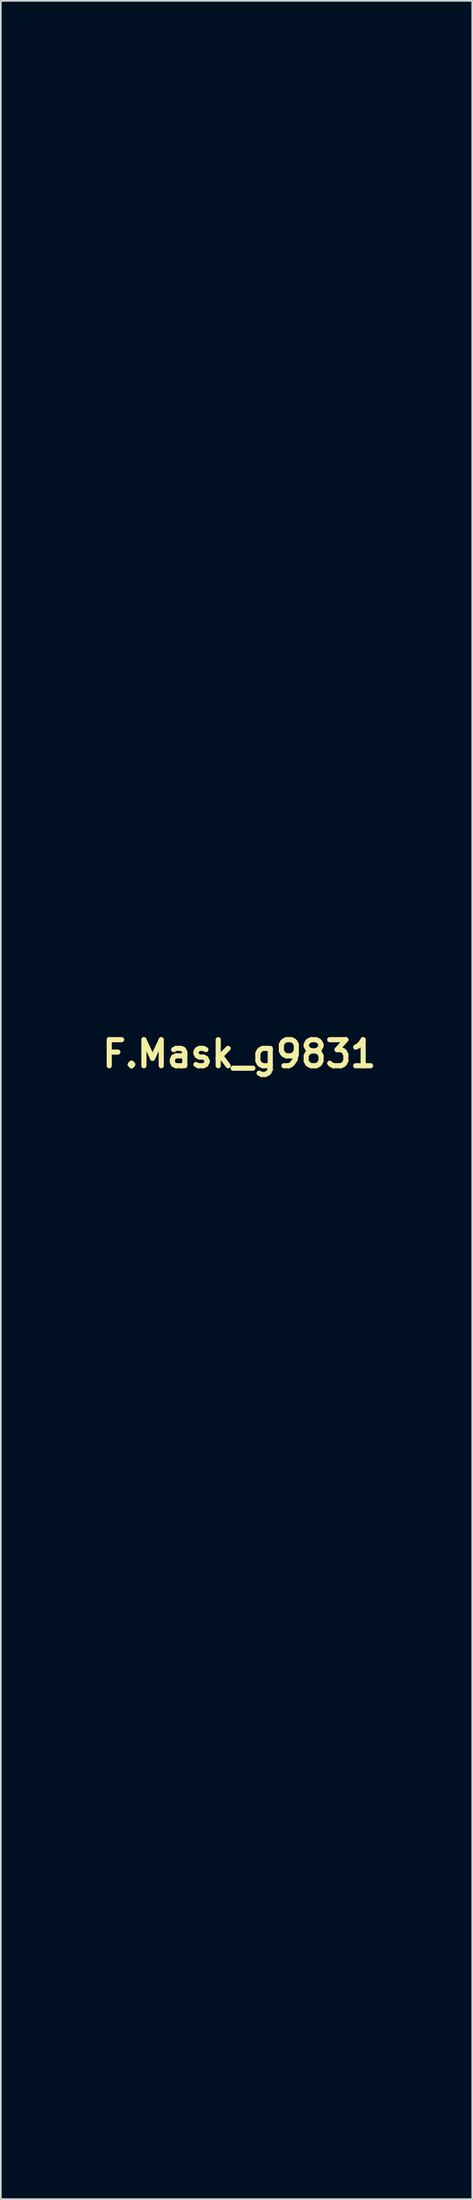
<source format=kicad_pcb>
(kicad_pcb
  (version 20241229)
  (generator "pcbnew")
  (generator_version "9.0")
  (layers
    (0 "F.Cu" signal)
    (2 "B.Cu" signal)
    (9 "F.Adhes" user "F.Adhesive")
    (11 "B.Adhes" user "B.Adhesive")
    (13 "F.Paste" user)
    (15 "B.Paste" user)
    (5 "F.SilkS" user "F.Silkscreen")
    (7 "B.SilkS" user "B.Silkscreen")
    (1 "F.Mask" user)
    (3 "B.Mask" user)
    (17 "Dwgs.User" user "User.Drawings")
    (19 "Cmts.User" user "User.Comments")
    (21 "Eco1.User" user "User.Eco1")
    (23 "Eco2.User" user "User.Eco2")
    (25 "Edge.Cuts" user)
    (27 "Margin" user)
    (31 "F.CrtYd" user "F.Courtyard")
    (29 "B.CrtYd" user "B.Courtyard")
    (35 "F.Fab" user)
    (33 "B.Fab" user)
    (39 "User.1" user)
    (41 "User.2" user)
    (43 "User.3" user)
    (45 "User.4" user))
  (footprint "F.Mask_g9831"
    (layer "F.Cu")
    (at 10.969 58.637)
    (property "Reference" "F.Mask_g9831" (at 0 0 0) (layer "F.SilkS") (effects (font (size 1.524 1.524) (thickness 0.3))))
    (attr through_hole)
    (fp_poly (pts (xy -9.737 -42.503) (xy -10.964 -42.503) (xy -10.964 -44.958) (xy -9.737 -44.958) (xy -9.737 -42.503)) (stroke (width 0.01) (type solid)) (fill yes) (layer "F.Mask"))
    (fp_poly (pts (xy -9.737 -19.389) (xy -10.964 -19.389) (xy -10.964 -21.844) (xy -9.737 -21.844) (xy -9.737 -19.389)) (stroke (width 0.01) (type solid)) (fill yes) (layer "F.Mask"))
    (fp_poly (pts (xy -8.509 -47.456) (xy -9.694 -47.456) (xy -9.694 -52.409) (xy -8.509 -52.409) (xy -8.509 -47.456)) (stroke (width 0.01) (type solid)) (fill yes) (layer "F.Mask"))
    (fp_poly (pts (xy -8.509 -44.958) (xy -9.694 -44.958) (xy -9.694 -46.186) (xy -8.509 -46.186) (xy -8.509 -44.958)) (stroke (width 0.01) (type solid)) (fill yes) (layer "F.Mask"))
    (fp_poly (pts (xy -8.509 -24.342) (xy -9.694 -24.342) (xy -9.694 -29.295) (xy -8.509 -29.295) (xy -8.509 -24.342)) (stroke (width 0.01) (type solid)) (fill yes) (layer "F.Mask"))
    (fp_poly (pts (xy -8.509 -21.844) (xy -9.694 -21.844) (xy -9.694 -23.114) (xy -8.509 -23.114) (xy -8.509 -21.844)) (stroke (width 0.01) (type solid)) (fill yes) (layer "F.Mask"))
    (fp_poly (pts (xy -7.239 -52.409) (xy -8.467 -52.409) (xy -8.467 -54.864) (xy -7.239 -54.864) (xy -7.239 -52.409)) (stroke (width 0.01) (type solid)) (fill yes) (layer "F.Mask"))
    (fp_poly (pts (xy -7.239 -29.295) (xy -8.467 -29.295) (xy -8.467 -31.75) (xy -7.239 -31.75) (xy -7.239 -29.295)) (stroke (width 0.01) (type solid)) (fill yes) (layer "F.Mask"))
    (fp_poly (pts (xy -6.011 -54.906) (xy -7.239 -54.906) (xy -7.239 -56.134) (xy -6.011 -56.134) (xy -6.011 -54.906)) (stroke (width 0.01) (type solid)) (fill yes) (layer "F.Mask"))
    (fp_poly (pts (xy -6.011 -31.792) (xy -7.239 -31.792) (xy -7.239 -33.02) (xy -6.011 -33.02) (xy -6.011 -31.792)) (stroke (width 0.01) (type solid)) (fill yes) (layer "F.Mask"))
    (fp_poly (pts (xy -3.556 -56.176) (xy -6.011 -56.176) (xy -6.011 -57.362) (xy -3.556 -57.362) (xy -3.556 -56.176)) (stroke (width 0.01) (type solid)) (fill yes) (layer "F.Mask"))
    (fp_poly (pts (xy -3.556 -33.062) (xy -6.011 -33.062) (xy -6.011 -34.248) (xy -3.556 -34.248) (xy -3.556 -33.062)) (stroke (width 0.01) (type solid)) (fill yes) (layer "F.Mask"))
    (fp_poly (pts (xy -2.286 -37.55) (xy -4.741 -37.55) (xy -4.741 -38.735) (xy -2.286 -38.735) (xy -2.286 -37.55)) (stroke (width 0.01) (type solid)) (fill yes) (layer "F.Mask"))
    (fp_poly (pts (xy -2.286 -14.436) (xy -4.741 -14.436) (xy -4.741 -15.663) (xy -2.286 -15.663) (xy -2.286 -14.436)) (stroke (width 0.01) (type solid)) (fill yes) (layer "F.Mask"))
    (fp_poly (pts (xy -1.016 -15.706) (xy -2.244 -15.706) (xy -2.244 -16.891) (xy -1.016 -16.891) (xy -1.016 -15.706)) (stroke (width 0.01) (type solid)) (fill yes) (layer "F.Mask"))
    (fp_poly (pts (xy 1.439 -15.706) (xy 0.212 -15.706) (xy 0.212 -16.891) (xy 1.439 -16.891) (xy 1.439 -15.706)) (stroke (width 0.01) (type solid)) (fill yes) (layer "F.Mask"))
    (fp_poly (pts (xy 2.667 -57.362) (xy -3.516 -57.362) (xy -3.493 -58.611) (xy 2.667 -58.632) (xy 2.667 -57.362)) (stroke (width 0.01) (type solid)) (fill yes) (layer "F.Mask"))
    (fp_poly (pts (xy 3.937 -37.55) (xy 1.482 -37.55) (xy 1.482 -38.735) (xy 3.937 -38.735) (xy 3.937 -37.55)) (stroke (width 0.01) (type solid)) (fill yes) (layer "F.Mask"))
    (fp_poly (pts (xy 5.165 -56.176) (xy 2.709 -56.176) (xy 2.709 -57.362) (xy 5.165 -57.362) (xy 5.165 -56.176)) (stroke (width 0.01) (type solid)) (fill yes) (layer "F.Mask"))
    (fp_poly (pts (xy 5.165 -33.062) (xy 2.709 -33.062) (xy 2.709 -34.248) (xy 5.165 -34.248) (xy 5.165 -33.062)) (stroke (width 0.01) (type solid)) (fill yes) (layer "F.Mask"))
    (fp_poly (pts (xy 6.435 -31.792) (xy 5.165 -31.792) (xy 5.165 -33.02) (xy 6.435 -33.02) (xy 6.435 -31.792)) (stroke (width 0.01) (type solid)) (fill yes) (layer "F.Mask"))
    (fp_poly (pts (xy 7.62 -52.409) (xy 6.435 -52.409) (xy 6.435 -54.864) (xy 7.62 -54.864) (xy 7.62 -52.409)) (stroke (width 0.01) (type solid)) (fill yes) (layer "F.Mask"))
    (fp_poly (pts (xy 7.62 -29.295) (xy 6.435 -29.295) (xy 6.435 -31.75) (xy 7.62 -31.75) (xy 7.62 -29.295)) (stroke (width 0.01) (type solid)) (fill yes) (layer "F.Mask"))
    (fp_poly (pts (xy 8.89 -47.456) (xy 7.662 -47.456) (xy 7.662 -52.409) (xy 8.89 -52.409) (xy 8.89 -47.456)) (stroke (width 0.01) (type solid)) (fill yes) (layer "F.Mask"))
    (fp_poly (pts (xy 8.89 -44.958) (xy 7.662 -44.958) (xy 7.662 -46.186) (xy 8.89 -46.186) (xy 8.89 -44.958)) (stroke (width 0.01) (type solid)) (fill yes) (layer "F.Mask"))
    (fp_poly (pts (xy 8.89 -24.342) (xy 7.662 -24.342) (xy 7.662 -29.295) (xy 8.89 -29.295) (xy 8.89 -24.342)) (stroke (width 0.01) (type solid)) (fill yes) (layer "F.Mask"))
    (fp_poly (pts (xy 10.118 -42.503) (xy 8.932 -42.503) (xy 8.932 -44.958) (xy 10.118 -44.958) (xy 10.118 -42.503)) (stroke (width 0.01) (type solid)) (fill yes) (layer "F.Mask"))
    (fp_poly (pts (xy 10.118 -19.389) (xy 8.932 -19.389) (xy 8.932 -21.844) (xy 10.118 -21.844) (xy 10.118 -19.389)) (stroke (width 0.01) (type solid)) (fill yes) (layer "F.Mask"))
    (fp_poly (pts (xy 6.425 -55.51) (xy 6.437 -54.906) (xy 5.162 -54.906) (xy 5.186 -56.113) (xy 6.413 -56.113) (xy 6.425 -55.51)) (stroke (width 0.01) (type solid)) (fill yes) (layer "F.Mask"))
    (fp_poly (pts (xy -0.413 -23.104) (xy 1.418 -23.093) (xy 1.429 -21.876) (xy 1.441 -20.659) (xy -2.244 -20.659) (xy -2.244 -23.115) (xy -0.413 -23.104)) (stroke (width 0.01) (type solid)) (fill yes) (layer "F.Mask"))
    (fp_poly (pts (xy 1.429 -44.969) (xy 1.418 -43.752) (xy -0.413 -43.74) (xy -2.244 -43.729) (xy -2.244 -46.186) (xy 1.441 -46.186) (xy 1.429 -44.969)) (stroke (width 0.01) (type solid)) (fill yes) (layer "F.Mask"))
    (fp_poly (pts (xy 2.699 -15.653) (xy 3.916 -15.642) (xy 3.928 -15.039) (xy 3.939 -14.436) (xy 1.482 -14.436) (xy 1.482 -15.665) (xy 2.699 -15.653)) (stroke (width 0.01) (type solid)) (fill yes) (layer "F.Mask"))
    (fp_poly (pts (xy 8.89 -21.844) (xy 7.66 -21.844) (xy 7.672 -22.468) (xy 7.684 -23.093) (xy 8.287 -23.105) (xy 8.89 -23.116) (xy 8.89 -21.844)) (stroke (width 0.01) (type solid)) (fill yes) (layer "F.Mask"))
    (fp_poly (pts (xy -7.239 -41.233) (xy -8.509 -41.233) (xy -8.509 -40.005) (xy -9.694 -40.005) (xy -9.694 -42.46) (xy -8.467 -42.46) (xy -8.467 -43.688) (xy -7.239 -43.688) (xy -7.239 -41.233)) (stroke (width 0.01) (type solid)) (fill yes) (layer "F.Mask"))
    (fp_poly (pts (xy 7.62 -42.46) (xy 8.89 -42.46) (xy 8.89 -40.005) (xy 7.662 -40.005) (xy 7.662 -41.233) (xy 6.435 -41.233) (xy 6.435 -43.688) (xy 7.62 -43.688) (xy 7.62 -42.46)) (stroke (width 0.01) (type solid)) (fill yes) (layer "F.Mask"))
    (fp_poly (pts (xy 7.62 -19.346) (xy 8.89 -19.346) (xy 8.89 -16.891) (xy 7.662 -16.891) (xy 7.662 -18.161) (xy 6.435 -18.161) (xy 6.435 -20.616) (xy 7.62 -20.616) (xy 7.62 -19.346)) (stroke (width 0.01) (type solid)) (fill yes) (layer "F.Mask"))
    (fp_poly (pts (xy 1.439 -18.161) (xy 0.212 -18.161) (xy 0.212 -16.891) (xy -1.014 -16.891) (xy -1.025 -17.515) (xy -1.037 -18.14) (xy -1.64 -18.152) (xy -2.244 -18.163) (xy -2.244 -19.346) (xy 1.439 -19.346) (xy 1.439 -18.161)) (stroke (width 0.01) (type solid)) (fill yes) (layer "F.Mask"))
    (fp_poly (pts (xy -7.249 -19.379) (xy -7.238 -18.163) (xy -8.488 -18.14) (xy -8.5 -17.515) (xy -8.511 -16.891) (xy -9.694 -16.891) (xy -9.694 -19.346) (xy -8.469 -19.346) (xy -8.457 -19.971) (xy -8.445 -20.595) (xy -7.26 -20.595) (xy -7.249 -19.379)) (stroke (width 0.01) (type solid)) (fill yes) (layer "F.Mask"))
    (fp_poly (pts (xy 2.667 -34.248) (xy -0.403 -34.248) (xy -1.006 -34.248) (xy -1.528 -34.249) (xy -1.976 -34.25) (xy -2.355 -34.252) (xy -2.669 -34.255) (xy -2.924 -34.259) (xy -3.125 -34.264) (xy -3.277 -34.271) (xy -3.384 -34.278) (xy -3.453 -34.286) (xy -3.488 -34.296) (xy -3.495 -34.303) (xy -3.502 -34.364) (xy -3.506 -34.492) (xy -3.507 -34.669) (xy -3.505 -34.879) (xy -3.504 -34.927) (xy -3.493 -35.496) (xy 2.667 -35.518) (xy 2.667 -34.248)) (stroke (width 0.01) (type solid)) (fill yes) (layer "F.Mask"))
    (fp_poly (pts (xy -0.413 -42.45) (xy 1.418 -42.439) (xy 1.418 -41.254) (xy 0.815 -41.242) (xy 0.212 -41.23) (xy 0.212 -40.007) (xy 0.815 -39.996) (xy 1.418 -39.984) (xy 1.418 -38.798) (xy 0.815 -38.787) (xy 0.212 -38.775) (xy 0.212 -40.005) (xy -1.014 -40.005) (xy -1.025 -39.402) (xy -1.037 -38.798) (xy -1.64 -38.787) (xy -2.244 -38.775) (xy -2.244 -40.005) (xy -1.016 -40.005) (xy -1.016 -41.233) (xy -2.244 -41.233) (xy -2.244 -42.461) (xy -0.413 -42.45)) (stroke (width 0.01) (type solid)) (fill yes) (layer "F.Mask"))
    (fp_poly (pts (xy 9.557 61.983) (xy 9.644 62.027) (xy 9.69 62.112) (xy 9.683 62.195) (xy 9.635 62.253) (xy 9.561 62.262) (xy 9.508 62.234) (xy 9.464 62.215) (xy 9.437 62.265) (xy 9.428 62.303) (xy 9.419 62.418) (xy 9.45 62.463) (xy 9.525 62.442) (xy 9.64 62.402) (xy 9.715 62.421) (xy 9.737 62.481) (xy 9.701 62.59) (xy 9.61 62.664) (xy 9.486 62.694) (xy 9.352 62.677) (xy 9.237 62.609) (xy 9.169 62.496) (xy 9.143 62.343) (xy 9.16 62.185) (xy 9.21 62.07) (xy 9.299 62.005) (xy 9.428 61.975) (xy 9.557 61.983)) (stroke (width 0.01) (type solid)) (fill yes) (layer "F.Mask"))
    (fp_poly (pts (xy 9.31 63.103) (xy 9.44 63.145) (xy 9.505 63.19) (xy 9.555 63.27) (xy 9.525 63.335) (xy 9.417 63.391) (xy 9.34 63.427) (xy 9.306 63.478) (xy 9.302 63.574) (xy 9.306 63.624) (xy 9.309 63.813) (xy 9.285 63.933) (xy 9.228 63.994) (xy 9.152 64.008) (xy 9.046 63.991) (xy 8.983 63.957) (xy 8.955 63.889) (xy 8.937 63.767) (xy 8.932 63.66) (xy 8.929 63.519) (xy 8.912 63.438) (xy 8.874 63.395) (xy 8.826 63.373) (xy 8.741 63.31) (xy 8.721 63.249) (xy 8.758 63.178) (xy 8.858 63.126) (xy 8.997 63.096) (xy 9.155 63.087) (xy 9.31 63.103)) (stroke (width 0.01) (type solid)) (fill yes) (layer "F.Mask"))
    (fp_poly (pts (xy 5.665 62.009) (xy 5.726 62.107) (xy 5.755 62.268) (xy 5.757 62.336) (xy 5.738 62.514) (xy 5.687 62.635) (xy 5.613 62.691) (xy 5.527 62.677) (xy 5.436 62.585) (xy 5.421 62.563) (xy 5.341 62.43) (xy 5.327 62.552) (xy 5.293 62.651) (xy 5.222 62.688) (xy 5.136 62.678) (xy 5.101 62.653) (xy 5.085 62.584) (xy 5.077 62.463) (xy 5.076 62.318) (xy 5.081 62.181) (xy 5.094 62.083) (xy 5.103 62.058) (xy 5.169 62.02) (xy 5.267 62.028) (xy 5.359 62.074) (xy 5.392 62.107) (xy 5.454 62.196) (xy 5.468 62.097) (xy 5.515 62.008) (xy 5.577 61.984) (xy 5.665 62.009)) (stroke (width 0.01) (type solid)) (fill yes) (layer "F.Mask"))
    (fp_poly (pts (xy 3.409 61.988) (xy 3.528 62.047) (xy 3.622 62.156) (xy 3.676 62.312) (xy 3.683 62.401) (xy 3.648 62.542) (xy 3.556 62.641) (xy 3.428 62.692) (xy 3.285 62.688) (xy 3.145 62.622) (xy 3.104 62.587) (xy 3.034 62.5) (xy 3.011 62.41) (xy 3.015 62.357) (xy 3.302 62.357) (xy 3.317 62.449) (xy 3.351 62.485) (xy 3.389 62.453) (xy 3.397 62.431) (xy 3.403 62.347) (xy 3.381 62.267) (xy 3.34 62.23) (xy 3.339 62.23) (xy 3.313 62.267) (xy 3.302 62.355) (xy 3.302 62.357) (xy 3.015 62.357) (xy 3.019 62.301) (xy 3.071 62.136) (xy 3.165 62.03) (xy 3.283 61.981) (xy 3.409 61.988)) (stroke (width 0.01) (type solid)) (fill yes) (layer "F.Mask"))
    (fp_poly (pts (xy 7.304 62.013) (xy 7.413 62.109) (xy 7.483 62.243) (xy 7.505 62.391) (xy 7.471 62.531) (xy 7.401 62.622) (xy 7.289 62.674) (xy 7.141 62.692) (xy 7.002 62.67) (xy 6.995 62.667) (xy 6.921 62.6) (xy 6.862 62.485) (xy 6.836 62.374) (xy 7.118 62.374) (xy 7.14 62.443) (xy 7.182 62.468) (xy 7.196 62.463) (xy 7.233 62.403) (xy 7.239 62.357) (xy 7.219 62.277) (xy 7.176 62.247) (xy 7.133 62.28) (xy 7.128 62.291) (xy 7.118 62.374) (xy 6.836 62.374) (xy 6.832 62.357) (xy 6.837 62.278) (xy 6.906 62.13) (xy 7.018 62.022) (xy 7.151 61.976) (xy 7.164 61.976) (xy 7.304 62.013)) (stroke (width 0.01) (type solid)) (fill yes) (layer "F.Mask"))
    (fp_poly (pts (xy 4.849 61.986) (xy 4.906 62.017) (xy 4.911 62.035) (xy 4.875 62.091) (xy 4.826 62.115) (xy 4.752 62.156) (xy 4.753 62.202) (xy 4.824 62.229) (xy 4.847 62.23) (xy 4.931 62.255) (xy 4.951 62.309) (xy 4.901 62.365) (xy 4.868 62.378) (xy 4.799 62.419) (xy 4.789 62.462) (xy 4.843 62.484) (xy 4.847 62.484) (xy 4.903 62.514) (xy 4.911 62.539) (xy 4.875 62.623) (xy 4.786 62.678) (xy 4.674 62.699) (xy 4.566 62.68) (xy 4.49 62.616) (xy 4.489 62.614) (xy 4.456 62.495) (xy 4.447 62.335) (xy 4.463 62.172) (xy 4.486 62.085) (xy 4.524 62.016) (xy 4.586 61.984) (xy 4.701 61.976) (xy 4.719 61.976) (xy 4.849 61.986)) (stroke (width 0.01) (type solid)) (fill yes) (layer "F.Mask"))
    (fp_poly (pts (xy 5.392 63.114) (xy 5.49 63.18) (xy 5.566 63.258) (xy 5.581 63.317) (xy 5.562 63.36) (xy 5.475 63.439) (xy 5.368 63.44) (xy 5.289 63.391) (xy 5.239 63.352) (xy 5.215 63.359) (xy 5.208 63.429) (xy 5.207 63.515) (xy 5.21 63.641) (xy 5.233 63.697) (xy 5.295 63.698) (xy 5.407 63.66) (xy 5.509 63.631) (xy 5.564 63.641) (xy 5.589 63.671) (xy 5.61 63.774) (xy 5.571 63.888) (xy 5.512 63.955) (xy 5.399 64) (xy 5.248 64.006) (xy 5.094 63.978) (xy 4.981 63.921) (xy 4.881 63.792) (xy 4.837 63.616) (xy 4.852 63.416) (xy 4.864 63.37) (xy 4.949 63.207) (xy 5.077 63.107) (xy 5.231 63.074) (xy 5.392 63.114)) (stroke (width 0.01) (type solid)) (fill yes) (layer "F.Mask"))
    (fp_poly (pts (xy 8.203 62.003) (xy 8.253 62.079) (xy 8.275 62.206) (xy 8.27 62.356) (xy 8.239 62.499) (xy 8.2 62.583) (xy 8.125 62.664) (xy 8.021 62.694) (xy 7.967 62.696) (xy 7.834 62.678) (xy 7.722 62.635) (xy 7.714 62.63) (xy 7.659 62.578) (xy 7.631 62.503) (xy 7.621 62.379) (xy 7.62 62.314) (xy 7.625 62.166) (xy 7.644 62.08) (xy 7.685 62.031) (xy 7.707 62.017) (xy 7.808 61.991) (xy 7.872 62.039) (xy 7.895 62.155) (xy 7.888 62.255) (xy 7.878 62.374) (xy 7.892 62.43) (xy 7.926 62.442) (xy 7.974 62.408) (xy 8.005 62.3) (xy 8.012 62.247) (xy 8.045 62.08) (xy 8.097 61.994) (xy 8.17 61.986) (xy 8.203 62.003)) (stroke (width 0.01) (type solid)) (fill yes) (layer "F.Mask"))
    (fp_poly (pts (xy 8.462 63.096) (xy 8.566 63.163) (xy 8.615 63.283) (xy 8.611 63.463) (xy 8.595 63.555) (xy 8.529 63.779) (xy 8.434 63.927) (xy 8.304 64.006) (xy 8.131 64.022) (xy 8.086 64.018) (xy 7.901 63.964) (xy 7.78 63.854) (xy 7.719 63.687) (xy 7.718 63.46) (xy 7.719 63.452) (xy 7.753 63.274) (xy 7.808 63.168) (xy 7.892 63.123) (xy 7.934 63.119) (xy 8.036 63.138) (xy 8.086 63.205) (xy 8.093 63.331) (xy 8.083 63.406) (xy 8.066 63.552) (xy 8.075 63.633) (xy 8.113 63.666) (xy 8.147 63.669) (xy 8.211 63.632) (xy 8.247 63.519) (xy 8.255 63.378) (xy 8.276 63.217) (xy 8.335 63.118) (xy 8.425 63.089) (xy 8.462 63.096)) (stroke (width 0.01) (type solid)) (fill yes) (layer "F.Mask"))
    (fp_poly (pts (xy 10.218 61.991) (xy 10.285 62.026) (xy 10.289 62.07) (xy 10.22 62.11) (xy 10.202 62.115) (xy 10.129 62.156) (xy 10.129 62.202) (xy 10.2 62.229) (xy 10.223 62.23) (xy 10.308 62.255) (xy 10.327 62.309) (xy 10.277 62.365) (xy 10.245 62.378) (xy 10.175 62.419) (xy 10.165 62.462) (xy 10.22 62.484) (xy 10.223 62.484) (xy 10.28 62.514) (xy 10.287 62.539) (xy 10.251 62.623) (xy 10.163 62.678) (xy 10.05 62.699) (xy 9.942 62.68) (xy 9.867 62.616) (xy 9.865 62.614) (xy 9.838 62.522) (xy 9.823 62.389) (xy 9.821 62.336) (xy 9.833 62.158) (xy 9.874 62.048) (xy 9.956 61.992) (xy 10.089 61.976) (xy 10.098 61.976) (xy 10.218 61.991)) (stroke (width 0.01) (type solid)) (fill yes) (layer "F.Mask"))
    (fp_poly (pts (xy 4.185 61.995) (xy 4.297 62.043) (xy 4.318 62.061) (xy 4.392 62.181) (xy 4.389 62.301) (xy 4.318 62.4) (xy 4.19 62.457) (xy 4.102 62.49) (xy 4.067 62.534) (xy 4.067 62.536) (xy 4.066 62.643) (xy 4.017 62.689) (xy 3.96 62.696) (xy 3.858 62.663) (xy 3.811 62.614) (xy 3.783 62.516) (xy 3.77 62.377) (xy 3.772 62.229) (xy 3.774 62.211) (xy 4.064 62.211) (xy 4.085 62.255) (xy 4.106 62.251) (xy 4.147 62.197) (xy 4.149 62.185) (xy 4.116 62.146) (xy 4.106 62.145) (xy 4.069 62.18) (xy 4.064 62.211) (xy 3.774 62.211) (xy 3.788 62.102) (xy 3.818 62.027) (xy 3.818 62.027) (xy 3.91 61.985) (xy 4.044 61.975) (xy 4.185 61.995)) (stroke (width 0.01) (type solid)) (fill yes) (layer "F.Mask"))
    (fp_poly (pts (xy 3.496 63.1) (xy 3.61 63.16) (xy 3.688 63.241) (xy 3.712 63.325) (xy 3.7 63.36) (xy 3.612 63.439) (xy 3.505 63.44) (xy 3.426 63.391) (xy 3.377 63.352) (xy 3.353 63.359) (xy 3.345 63.429) (xy 3.344 63.515) (xy 3.348 63.641) (xy 3.37 63.697) (xy 3.432 63.698) (xy 3.545 63.66) (xy 3.647 63.631) (xy 3.702 63.641) (xy 3.724 63.667) (xy 3.74 63.77) (xy 3.679 63.896) (xy 3.649 63.934) (xy 3.547 63.992) (xy 3.398 64.008) (xy 3.256 63.994) (xy 3.15 63.94) (xy 3.081 63.879) (xy 3.008 63.798) (xy 2.973 63.727) (xy 2.966 63.631) (xy 2.977 63.508) (xy 3.026 63.298) (xy 3.123 63.158) (xy 3.268 63.086) (xy 3.365 63.077) (xy 3.496 63.1)) (stroke (width 0.01) (type solid)) (fill yes) (layer "F.Mask"))
    (fp_poly (pts (xy 4.461 63.141) (xy 4.596 63.246) (xy 4.685 63.397) (xy 4.724 63.571) (xy 4.709 63.744) (xy 4.634 63.892) (xy 4.604 63.924) (xy 4.5 63.985) (xy 4.346 64.007) (xy 4.307 64.008) (xy 4.164 63.998) (xy 4.064 63.959) (xy 3.971 63.879) (xy 3.893 63.792) (xy 3.859 63.712) (xy 3.857 63.601) (xy 3.859 63.578) (xy 4.237 63.578) (xy 4.246 63.683) (xy 4.251 63.696) (xy 4.288 63.742) (xy 4.326 63.719) (xy 4.353 63.64) (xy 4.36 63.557) (xy 4.348 63.451) (xy 4.311 63.425) (xy 4.307 63.426) (xy 4.26 63.48) (xy 4.237 63.578) (xy 3.859 63.578) (xy 3.862 63.539) (xy 3.913 63.336) (xy 4.014 63.19) (xy 4.153 63.108) (xy 4.321 63.097) (xy 4.461 63.141)) (stroke (width 0.01) (type solid)) (fill yes) (layer "F.Mask"))
    (fp_poly (pts (xy 6.32 63.139) (xy 6.457 63.245) (xy 6.547 63.398) (xy 6.587 63.574) (xy 6.572 63.75) (xy 6.498 63.9) (xy 6.475 63.926) (xy 6.383 63.983) (xy 6.244 64.006) (xy 6.177 64.008) (xy 6.033 63.999) (xy 5.934 63.964) (xy 5.842 63.887) (xy 5.839 63.884) (xy 5.741 63.738) (xy 5.709 63.579) (xy 5.71 63.578) (xy 6.099 63.578) (xy 6.109 63.683) (xy 6.114 63.696) (xy 6.151 63.742) (xy 6.188 63.719) (xy 6.216 63.64) (xy 6.223 63.557) (xy 6.211 63.451) (xy 6.173 63.425) (xy 6.17 63.426) (xy 6.122 63.48) (xy 6.099 63.578) (xy 5.71 63.578) (xy 5.736 63.421) (xy 5.809 63.281) (xy 5.921 63.171) (xy 6.062 63.108) (xy 6.221 63.106) (xy 6.32 63.139)) (stroke (width 0.01) (type solid)) (fill yes) (layer "F.Mask"))
    (fp_poly (pts (xy 6.618 61.996) (xy 6.693 62.049) (xy 6.699 62.124) (xy 6.688 62.147) (xy 6.644 62.186) (xy 6.579 62.165) (xy 6.563 62.156) (xy 6.498 62.124) (xy 6.477 62.146) (xy 6.477 62.157) (xy 6.51 62.214) (xy 6.592 62.279) (xy 6.604 62.287) (xy 6.697 62.377) (xy 6.735 62.486) (xy 6.713 62.59) (xy 6.649 62.652) (xy 6.535 62.686) (xy 6.4 62.693) (xy 6.283 62.673) (xy 6.231 62.645) (xy 6.18 62.564) (xy 6.196 62.508) (xy 6.272 62.498) (xy 6.287 62.501) (xy 6.365 62.508) (xy 6.392 62.49) (xy 6.36 62.441) (xy 6.287 62.382) (xy 6.199 62.288) (xy 6.182 62.183) (xy 6.227 62.084) (xy 6.326 62.009) (xy 6.47 61.976) (xy 6.486 61.976) (xy 6.618 61.996)) (stroke (width 0.01) (type solid)) (fill yes) (layer "F.Mask"))
    (fp_poly (pts (xy 7.427 63.085) (xy 7.511 63.143) (xy 7.547 63.223) (xy 7.57 63.36) (xy 7.58 63.526) (xy 7.576 63.696) (xy 7.558 63.842) (xy 7.525 63.937) (xy 7.522 63.94) (xy 7.436 64.003) (xy 7.334 63.991) (xy 7.23 63.908) (xy 7.167 63.818) (xy 7.109 63.719) (xy 7.081 63.689) (xy 7.071 63.72) (xy 7.07 63.761) (xy 7.06 63.873) (xy 7.044 63.941) (xy 6.985 63.994) (xy 6.891 64.005) (xy 6.803 63.974) (xy 6.782 63.954) (xy 6.742 63.86) (xy 6.721 63.713) (xy 6.719 63.542) (xy 6.734 63.376) (xy 6.765 63.244) (xy 6.8 63.183) (xy 6.907 63.126) (xy 7.021 63.144) (xy 7.125 63.232) (xy 7.16 63.288) (xy 7.239 63.435) (xy 7.239 63.282) (xy 7.265 63.151) (xy 7.333 63.083) (xy 7.427 63.085)) (stroke (width 0.01) (type solid)) (fill yes) (layer "F.Mask"))
    (fp_poly (pts (xy 8.844 61.992) (xy 8.935 62.02) (xy 8.988 62.084) (xy 9.016 62.184) (xy 9.016 62.286) (xy 8.984 62.356) (xy 8.967 62.367) (xy 8.944 62.402) (xy 8.985 62.481) (xy 8.987 62.484) (xy 9.031 62.574) (xy 9.011 62.639) (xy 9.011 62.64) (xy 8.921 62.691) (xy 8.818 62.675) (xy 8.761 62.629) (xy 8.713 62.585) (xy 8.68 62.611) (xy 8.669 62.629) (xy 8.601 62.681) (xy 8.506 62.693) (xy 8.423 62.664) (xy 8.396 62.629) (xy 8.383 62.539) (xy 8.385 62.406) (xy 8.4 62.27) (xy 8.655 62.27) (xy 8.665 62.288) (xy 8.727 62.313) (xy 8.762 62.268) (xy 8.763 62.251) (xy 8.741 62.195) (xy 8.723 62.188) (xy 8.668 62.216) (xy 8.655 62.27) (xy 8.4 62.27) (xy 8.401 62.259) (xy 8.426 62.126) (xy 8.457 62.034) (xy 8.474 62.013) (xy 8.569 61.985) (xy 8.706 61.978) (xy 8.844 61.992)) (stroke (width 0.01) (type solid)) (fill yes) (layer "F.Mask"))
    (fp_poly (pts (xy 10.166 63.102) (xy 10.275 63.167) (xy 10.328 63.256) (xy 10.329 63.277) (xy 10.295 63.33) (xy 10.221 63.355) (xy 10.15 63.337) (xy 10.144 63.332) (xy 10.078 63.295) (xy 10.014 63.293) (xy 9.991 63.323) (xy 10.023 63.364) (xy 10.105 63.434) (xy 10.181 63.491) (xy 10.298 63.583) (xy 10.356 63.661) (xy 10.372 63.749) (xy 10.372 63.752) (xy 10.334 63.876) (xy 10.234 63.967) (xy 10.09 64.017) (xy 9.92 64.018) (xy 9.821 63.994) (xy 9.706 63.934) (xy 9.66 63.849) (xy 9.659 63.844) (xy 9.657 63.779) (xy 9.69 63.758) (xy 9.782 63.769) (xy 9.797 63.772) (xy 9.908 63.78) (xy 9.945 63.754) (xy 9.905 63.699) (xy 9.823 63.642) (xy 9.721 63.554) (xy 9.654 63.445) (xy 9.654 63.445) (xy 9.634 63.357) (xy 9.657 63.287) (xy 9.734 63.2) (xy 9.853 63.109) (xy 9.987 63.078) (xy 10.023 63.077) (xy 10.166 63.102)) (stroke (width 0.01) (type solid)) (fill yes) (layer "F.Mask"))
    (fp_poly (pts (xy -5.817 22.182) (xy -5.26 22.301) (xy -4.734 22.494) (xy -4.244 22.757) (xy -3.797 23.085) (xy -3.397 23.473) (xy -3.051 23.919) (xy -2.763 24.417) (xy -2.54 24.963) (xy -2.489 25.129) (xy -2.452 25.268) (xy -2.425 25.399) (xy -2.408 25.542) (xy -2.398 25.715) (xy -2.393 25.938) (xy -2.392 26.183) (xy -2.393 26.464) (xy -2.399 26.678) (xy -2.41 26.846) (xy -2.428 26.986) (xy -2.456 27.117) (xy -2.489 27.237) (xy -2.69 27.79) (xy -2.96 28.301) (xy -3.291 28.764) (xy -3.678 29.173) (xy -4.116 29.524) (xy -4.598 29.81) (xy -5.118 30.026) (xy -5.566 30.146) (xy -5.865 30.191) (xy -6.207 30.216) (xy -6.562 30.22) (xy -6.898 30.203) (xy -7.185 30.165) (xy -7.197 30.163) (xy -7.754 30.008) (xy -8.277 29.781) (xy -8.757 29.486) (xy -9.19 29.129) (xy -9.571 28.716) (xy -9.892 28.254) (xy -10.148 27.748) (xy -10.334 27.204) (xy -10.396 26.931) (xy -10.435 26.641) (xy -10.452 26.316) (xy -9.551 26.316) (xy -9.525 26.667) (xy -9.467 26.977) (xy -9.446 27.05) (xy -9.249 27.55) (xy -8.986 27.998) (xy -8.663 28.389) (xy -8.284 28.721) (xy -7.852 28.988) (xy -7.371 29.189) (xy -7.054 29.277) (xy -6.806 29.313) (xy -6.507 29.325) (xy -6.187 29.315) (xy -5.877 29.284) (xy -5.607 29.233) (xy -5.524 29.209) (xy -5.033 29.013) (xy -4.593 28.753) (xy -4.207 28.436) (xy -3.881 28.068) (xy -3.619 27.655) (xy -3.425 27.203) (xy -3.304 26.717) (xy -3.26 26.205) (xy -3.26 26.183) (xy -3.3 25.668) (xy -3.418 25.181) (xy -3.609 24.728) (xy -3.868 24.313) (xy -4.193 23.944) (xy -4.577 23.625) (xy -5.018 23.362) (xy -5.511 23.161) (xy -5.547 23.15) (xy -5.839 23.084) (xy -6.18 23.049) (xy -6.54 23.045) (xy -6.891 23.071) (xy -7.203 23.128) (xy -7.281 23.15) (xy -7.78 23.347) (xy -8.227 23.609) (xy -8.618 23.934) (xy -8.95 24.317) (xy -9.221 24.758) (xy -9.426 25.251) (xy -9.447 25.315) (xy -9.512 25.61) (xy -9.547 25.954) (xy -9.551 26.316) (xy -10.452 26.316) (xy -10.453 26.305) (xy -10.45 25.956) (xy -10.425 25.63) (xy -10.396 25.435) (xy -10.245 24.869) (xy -10.016 24.335) (xy -9.713 23.84) (xy -9.338 23.389) (xy -9.274 23.323) (xy -8.828 22.935) (xy -8.346 22.623) (xy -7.829 22.387) (xy -7.279 22.23) (xy -6.7 22.151) (xy -6.399 22.141) (xy -5.817 22.182)) (stroke (width 0.01) (type solid)) (fill yes) (layer "F.Mask"))
    (fp_poly (pts (xy 7.327 46.311) (xy 7.864 46.447) (xy 8.375 46.655) (xy 8.853 46.929) (xy 9.29 47.268) (xy 9.68 47.666) (xy 10.015 48.122) (xy 10.223 48.493) (xy 10.442 49.028) (xy 10.581 49.572) (xy 10.643 50.119) (xy 10.629 50.661) (xy 10.544 51.192) (xy 10.389 51.705) (xy 10.169 52.193) (xy 9.884 52.65) (xy 9.539 53.068) (xy 9.136 53.441) (xy 8.678 53.761) (xy 8.167 54.023) (xy 7.918 54.121) (xy 7.555 54.226) (xy 7.152 54.3) (xy 6.742 54.341) (xy 6.354 54.344) (xy 6.16 54.327) (xy 5.582 54.214) (xy 5.034 54.026) (xy 4.522 53.767) (xy 4.053 53.442) (xy 3.635 53.057) (xy 3.272 52.615) (xy 2.973 52.122) (xy 2.898 51.969) (xy 2.767 51.659) (xy 2.672 51.367) (xy 2.61 51.07) (xy 2.575 50.743) (xy 2.566 50.472) (xy 3.448 50.472) (xy 3.481 50.825) (xy 3.548 51.132) (xy 3.55 51.139) (xy 3.741 51.626) (xy 3.998 52.07) (xy 4.313 52.462) (xy 4.679 52.792) (xy 4.757 52.85) (xy 5.198 53.118) (xy 5.652 53.305) (xy 6.124 53.411) (xy 6.62 53.438) (xy 7.143 53.387) (xy 7.316 53.355) (xy 7.505 53.303) (xy 7.727 53.223) (xy 7.944 53.129) (xy 7.993 53.106) (xy 8.434 52.844) (xy 8.807 52.535) (xy 9.12 52.171) (xy 9.38 51.745) (xy 9.418 51.668) (xy 9.591 51.247) (xy 9.694 50.832) (xy 9.735 50.394) (xy 9.737 50.292) (xy 9.708 49.844) (xy 9.619 49.427) (xy 9.462 49.01) (xy 9.418 48.916) (xy 9.157 48.468) (xy 8.837 48.078) (xy 8.465 47.752) (xy 8.047 47.493) (xy 7.589 47.303) (xy 7.095 47.188) (xy 6.604 47.15) (xy 6.222 47.165) (xy 5.882 47.218) (xy 5.552 47.317) (xy 5.198 47.47) (xy 5.165 47.486) (xy 4.972 47.586) (xy 4.814 47.684) (xy 4.666 47.798) (xy 4.504 47.945) (xy 4.38 48.067) (xy 4.083 48.398) (xy 3.852 48.736) (xy 3.67 49.108) (xy 3.55 49.445) (xy 3.482 49.751) (xy 3.448 50.103) (xy 3.448 50.472) (xy 2.566 50.472) (xy 2.563 50.361) (xy 2.563 50.292) (xy 2.565 50.016) (xy 2.572 49.803) (xy 2.587 49.631) (xy 2.612 49.478) (xy 2.648 49.322) (xy 2.659 49.279) (xy 2.85 48.73) (xy 3.111 48.22) (xy 3.436 47.755) (xy 3.819 47.341) (xy 4.254 46.985) (xy 4.734 46.692) (xy 5.254 46.468) (xy 5.634 46.357) (xy 6.205 46.262) (xy 6.772 46.248) (xy 7.327 46.311)) (stroke (width 0.01) (type solid)) (fill yes) (layer "F.Mask"))
    (fp_poly (pts (xy -6.026 46.267) (xy -5.719 46.297) (xy -5.467 46.344) (xy -5.454 46.348) (xy -4.879 46.543) (xy -4.353 46.805) (xy -3.878 47.131) (xy -3.459 47.516) (xy -3.099 47.956) (xy -2.804 48.446) (xy -2.576 48.983) (xy -2.427 49.526) (xy -2.396 49.742) (xy -2.38 50.013) (xy -2.378 50.315) (xy -2.388 50.622) (xy -2.41 50.91) (xy -2.444 51.155) (xy -2.472 51.282) (xy -2.672 51.85) (xy -2.938 52.371) (xy -3.266 52.842) (xy -3.65 53.258) (xy -4.085 53.613) (xy -4.567 53.904) (xy -5.091 54.125) (xy -5.557 54.253) (xy -5.806 54.294) (xy -6.095 54.322) (xy -6.395 54.337) (xy -6.677 54.336) (xy -6.911 54.319) (xy -6.951 54.313) (xy -7.537 54.183) (xy -8.074 53.985) (xy -8.569 53.717) (xy -9.028 53.374) (xy -9.223 53.196) (xy -9.614 52.765) (xy -9.933 52.293) (xy -10.184 51.775) (xy -10.337 51.328) (xy -10.375 51.186) (xy -10.401 51.051) (xy -10.419 50.904) (xy -10.429 50.726) (xy -10.433 50.497) (xy -10.434 50.292) (xy -10.432 50.174) (xy -9.563 50.174) (xy -9.544 50.674) (xy -9.445 51.159) (xy -9.267 51.622) (xy -9.014 52.057) (xy -8.687 52.457) (xy -8.555 52.588) (xy -8.15 52.915) (xy -7.715 53.164) (xy -7.251 53.333) (xy -6.761 53.422) (xy -6.244 53.431) (xy -5.703 53.36) (xy -5.681 53.355) (xy -5.237 53.221) (xy -4.816 53.011) (xy -4.427 52.735) (xy -4.078 52.4) (xy -3.779 52.015) (xy -3.538 51.588) (xy -3.379 51.181) (xy -3.316 50.895) (xy -3.28 50.56) (xy -3.273 50.203) (xy -3.295 49.853) (xy -3.344 49.54) (xy -3.38 49.404) (xy -3.575 48.917) (xy -3.837 48.476) (xy -4.159 48.088) (xy -4.536 47.758) (xy -4.963 47.491) (xy -5.433 47.294) (xy -5.618 47.239) (xy -5.936 47.18) (xy -6.296 47.152) (xy -6.663 47.156) (xy -7.003 47.192) (xy -7.133 47.219) (xy -7.577 47.364) (xy -8.007 47.581) (xy -8.399 47.858) (xy -8.541 47.983) (xy -8.882 48.345) (xy -9.147 48.722) (xy -9.344 49.129) (xy -9.481 49.58) (xy -9.5 49.666) (xy -9.563 50.174) (xy -10.432 50.174) (xy -10.428 49.931) (xy -10.407 49.631) (xy -10.366 49.367) (xy -10.3 49.117) (xy -10.203 48.856) (xy -10.074 48.564) (xy -9.796 48.069) (xy -9.451 47.62) (xy -9.047 47.223) (xy -8.59 46.883) (xy -8.09 46.607) (xy -7.553 46.401) (xy -7.27 46.326) (xy -7.01 46.284) (xy -6.699 46.26) (xy -6.362 46.255) (xy -6.026 46.267)) (stroke (width 0.01) (type solid)) (fill yes) (layer "F.Mask"))
    (fp_poly (pts (xy -5.934 -4.077) (xy -5.376 -3.974) (xy -5.024 -3.867) (xy -4.508 -3.639) (xy -4.032 -3.341) (xy -3.603 -2.98) (xy -3.227 -2.563) (xy -2.91 -2.097) (xy -2.658 -1.591) (xy -2.478 -1.05) (xy -2.432 -0.85) (xy -2.386 -0.513) (xy -2.371 -0.129) (xy -2.385 0.273) (xy -2.427 0.66) (xy -2.495 1.005) (xy -2.516 1.079) (xy -2.722 1.625) (xy -2.998 2.128) (xy -3.34 2.585) (xy -3.742 2.989) (xy -4.198 3.334) (xy -4.702 3.616) (xy -5.248 3.827) (xy -5.279 3.836) (xy -5.443 3.882) (xy -5.593 3.915) (xy -5.754 3.937) (xy -5.947 3.951) (xy -6.193 3.96) (xy -6.308 3.963) (xy -6.641 3.966) (xy -6.904 3.958) (xy -7.112 3.939) (xy -7.239 3.916) (xy -7.808 3.747) (xy -8.337 3.507) (xy -8.82 3.199) (xy -9.253 2.83) (xy -9.63 2.403) (xy -9.946 1.925) (xy -10.195 1.4) (xy -10.339 0.967) (xy -10.376 0.817) (xy -10.403 0.677) (xy -10.42 0.526) (xy -10.429 0.344) (xy -10.433 0.111) (xy -10.433 0.08) (xy -9.547 0.08) (xy -9.523 0.408) (xy -9.475 0.698) (xy -9.446 0.804) (xy -9.251 1.304) (xy -8.99 1.75) (xy -8.666 2.14) (xy -8.28 2.474) (xy -7.845 2.742) (xy -7.39 2.933) (xy -6.907 3.049) (xy -6.411 3.09) (xy -5.918 3.053) (xy -5.694 3.008) (xy -5.24 2.87) (xy -4.839 2.679) (xy -4.469 2.425) (xy -4.223 2.209) (xy -3.884 1.829) (xy -3.615 1.404) (xy -3.42 0.941) (xy -3.3 0.449) (xy -3.26 -0.068) (xy -3.26 -0.068) (xy -3.301 -0.559) (xy -3.421 -1.04) (xy -3.613 -1.498) (xy -3.872 -1.923) (xy -4.192 -2.3) (xy -4.425 -2.51) (xy -4.689 -2.695) (xy -5.003 -2.871) (xy -5.331 -3.02) (xy -5.63 -3.121) (xy -5.864 -3.164) (xy -6.152 -3.189) (xy -6.464 -3.194) (xy -6.772 -3.181) (xy -7.047 -3.149) (xy -7.197 -3.117) (xy -7.678 -2.945) (xy -8.122 -2.701) (xy -8.52 -2.393) (xy -8.865 -2.028) (xy -9.151 -1.613) (xy -9.37 -1.154) (xy -9.47 -0.847) (xy -9.521 -0.577) (xy -9.547 -0.259) (xy -9.547 0.08) (xy -10.433 0.08) (xy -10.433 -0.085) (xy -10.43 -0.354) (xy -10.425 -0.558) (xy -10.414 -0.718) (xy -10.394 -0.854) (xy -10.365 -0.984) (xy -10.324 -1.13) (xy -10.313 -1.164) (xy -10.099 -1.735) (xy -9.821 -2.249) (xy -9.481 -2.707) (xy -9.077 -3.108) (xy -8.61 -3.454) (xy -8.116 -3.728) (xy -7.601 -3.928) (xy -7.058 -4.053) (xy -6.498 -4.103) (xy -5.934 -4.077)) (stroke (width 0.01) (type solid)) (fill yes) (layer "F.Mask"))
    (fp_poly (pts (xy -5.985 34.133) (xy -5.705 34.163) (xy -5.608 34.181) (xy -5.038 34.341) (xy -4.516 34.571) (xy -4.035 34.874) (xy -3.593 35.251) (xy -3.462 35.385) (xy -3.118 35.793) (xy -2.845 36.219) (xy -2.631 36.684) (xy -2.514 37.029) (xy -2.441 37.349) (xy -2.394 37.72) (xy -2.372 38.113) (xy -2.379 38.498) (xy -2.414 38.847) (xy -2.432 38.95) (xy -2.586 39.502) (xy -2.814 40.021) (xy -3.111 40.501) (xy -3.468 40.935) (xy -3.882 41.317) (xy -4.344 41.639) (xy -4.85 41.897) (xy -5.391 42.081) (xy -5.397 42.083) (xy -5.66 42.134) (xy -5.973 42.17) (xy -6.31 42.189) (xy -6.643 42.191) (xy -6.943 42.174) (xy -7.133 42.147) (xy -7.709 41.994) (xy -8.245 41.768) (xy -8.736 41.474) (xy -9.177 41.115) (xy -9.564 40.696) (xy -9.892 40.221) (xy -10.157 39.694) (xy -10.314 39.261) (xy -10.358 39.11) (xy -10.39 38.979) (xy -10.411 38.846) (xy -10.423 38.692) (xy -10.43 38.498) (xy -10.432 38.242) (xy -10.432 38.204) (xy -9.55 38.204) (xy -9.536 38.534) (xy -9.497 38.831) (xy -9.471 38.947) (xy -9.301 39.424) (xy -9.06 39.864) (xy -8.755 40.258) (xy -8.393 40.601) (xy -7.983 40.885) (xy -7.531 41.104) (xy -7.045 41.251) (xy -6.933 41.273) (xy -6.732 41.294) (xy -6.479 41.299) (xy -6.202 41.289) (xy -5.931 41.265) (xy -5.697 41.23) (xy -5.609 41.21) (xy -5.135 41.043) (xy -4.707 40.811) (xy -4.328 40.521) (xy -4.001 40.182) (xy -3.73 39.801) (xy -3.517 39.386) (xy -3.367 38.945) (xy -3.281 38.486) (xy -3.264 38.016) (xy -3.318 37.543) (xy -3.447 37.076) (xy -3.655 36.621) (xy -3.693 36.555) (xy -3.868 36.301) (xy -4.098 36.035) (xy -4.357 35.782) (xy -4.621 35.565) (xy -4.805 35.443) (xy -5.244 35.232) (xy -5.72 35.088) (xy -6.213 35.015) (xy -6.706 35.016) (xy -6.967 35.049) (xy -7.451 35.175) (xy -7.902 35.376) (xy -8.315 35.645) (xy -8.682 35.978) (xy -8.997 36.368) (xy -9.255 36.81) (xy -9.447 37.296) (xy -9.505 37.556) (xy -9.54 37.868) (xy -9.55 38.204) (xy -10.432 38.204) (xy -10.433 38.185) (xy -10.432 37.906) (xy -10.427 37.693) (xy -10.415 37.523) (xy -10.395 37.378) (xy -10.366 37.237) (xy -10.338 37.129) (xy -10.144 36.573) (xy -9.88 36.059) (xy -9.552 35.594) (xy -9.165 35.182) (xy -8.725 34.829) (xy -8.237 34.539) (xy -7.706 34.317) (xy -7.219 34.186) (xy -6.953 34.146) (xy -6.639 34.124) (xy -6.307 34.12) (xy -5.985 34.133)) (stroke (width 0.01) (type solid)) (fill yes) (layer "F.Mask"))
    (fp_poly (pts (xy 6.943 34.125) (xy 7.391 34.182) (xy 7.812 34.291) (xy 8.242 34.461) (xy 8.284 34.481) (xy 8.582 34.629) (xy 8.828 34.774) (xy 9.052 34.936) (xy 9.282 35.136) (xy 9.392 35.24) (xy 9.789 35.677) (xy 10.113 36.156) (xy 10.362 36.672) (xy 10.534 37.222) (xy 10.622 37.747) (xy 10.641 38.319) (xy 10.581 38.874) (xy 10.447 39.405) (xy 10.245 39.908) (xy 9.981 40.375) (xy 9.658 40.802) (xy 9.282 41.183) (xy 8.859 41.512) (xy 8.394 41.784) (xy 7.891 41.993) (xy 7.356 42.133) (xy 6.794 42.198) (xy 6.568 42.203) (xy 6.345 42.195) (xy 6.113 42.177) (xy 5.912 42.152) (xy 5.863 42.144) (xy 5.304 41.999) (xy 4.777 41.778) (xy 4.288 41.486) (xy 3.846 41.13) (xy 3.456 40.714) (xy 3.125 40.243) (xy 2.961 39.941) (xy 2.779 39.526) (xy 2.656 39.129) (xy 2.582 38.717) (xy 2.552 38.354) (xy 2.551 38.209) (xy 3.452 38.209) (xy 3.465 38.514) (xy 3.496 38.786) (xy 3.529 38.939) (xy 3.696 39.404) (xy 3.93 39.835) (xy 4.223 40.225) (xy 4.565 40.566) (xy 4.949 40.85) (xy 5.367 41.068) (xy 5.809 41.212) (xy 5.884 41.228) (xy 6.03 41.257) (xy 6.153 41.283) (xy 6.202 41.294) (xy 6.329 41.307) (xy 6.515 41.306) (xy 6.738 41.294) (xy 6.974 41.271) (xy 7.199 41.241) (xy 7.39 41.204) (xy 7.45 41.189) (xy 7.921 41.013) (xy 8.355 40.766) (xy 8.744 40.452) (xy 9.082 40.08) (xy 9.362 39.656) (xy 9.577 39.187) (xy 9.637 39.01) (xy 9.671 38.878) (xy 9.694 38.729) (xy 9.708 38.546) (xy 9.714 38.307) (xy 9.714 38.142) (xy 9.712 37.89) (xy 9.705 37.7) (xy 9.691 37.551) (xy 9.667 37.422) (xy 9.631 37.291) (xy 9.599 37.19) (xy 9.449 36.817) (xy 9.261 36.484) (xy 9.018 36.167) (xy 8.806 35.941) (xy 8.439 35.614) (xy 8.067 35.365) (xy 7.673 35.188) (xy 7.244 35.076) (xy 6.766 35.023) (xy 6.731 35.021) (xy 6.483 35.014) (xy 6.286 35.02) (xy 6.109 35.04) (xy 5.918 35.078) (xy 5.869 35.09) (xy 5.387 35.247) (xy 4.942 35.478) (xy 4.539 35.773) (xy 4.186 36.127) (xy 3.891 36.532) (xy 3.661 36.981) (xy 3.525 37.38) (xy 3.482 37.613) (xy 3.458 37.899) (xy 3.452 38.209) (xy 2.551 38.209) (xy 2.548 37.933) (xy 2.582 37.555) (xy 2.659 37.181) (xy 2.769 36.819) (xy 2.977 36.32) (xy 3.249 35.866) (xy 3.592 35.442) (xy 3.683 35.347) (xy 4.131 34.945) (xy 4.608 34.622) (xy 5.115 34.379) (xy 5.654 34.214) (xy 6.224 34.127) (xy 6.827 34.118) (xy 6.943 34.125)) (stroke (width 0.01) (type solid)) (fill yes) (layer "F.Mask"))
    (fp_poly (pts (xy 6.749 22.161) (xy 7.067 22.176) (xy 7.356 22.205) (xy 7.592 22.248) (xy 7.628 22.257) (xy 8.184 22.453) (xy 8.696 22.719) (xy 9.16 23.05) (xy 9.572 23.441) (xy 9.926 23.887) (xy 10.217 24.382) (xy 10.441 24.921) (xy 10.587 25.463) (xy 10.616 25.681) (xy 10.631 25.954) (xy 10.633 26.253) (xy 10.621 26.55) (xy 10.596 26.817) (xy 10.568 26.988) (xy 10.401 27.562) (xy 10.162 28.096) (xy 9.855 28.583) (xy 9.485 29.02) (xy 9.055 29.401) (xy 8.569 29.721) (xy 8.272 29.872) (xy 7.966 30.001) (xy 7.676 30.094) (xy 7.376 30.155) (xy 7.041 30.192) (xy 6.689 30.206) (xy 6.461 30.21) (xy 6.255 30.21) (xy 6.091 30.207) (xy 5.987 30.201) (xy 5.969 30.199) (xy 5.365 30.041) (xy 4.809 29.816) (xy 4.305 29.526) (xy 3.854 29.174) (xy 3.46 28.76) (xy 3.125 28.286) (xy 3.082 28.213) (xy 2.832 27.698) (xy 2.659 27.158) (xy 2.563 26.601) (xy 2.552 26.245) (xy 3.453 26.245) (xy 3.467 26.554) (xy 3.5 26.829) (xy 3.53 26.966) (xy 3.705 27.452) (xy 3.949 27.897) (xy 4.256 28.296) (xy 4.619 28.641) (xy 5.031 28.925) (xy 5.485 29.14) (xy 5.62 29.187) (xy 6.064 29.292) (xy 6.537 29.332) (xy 7.011 29.307) (xy 7.23 29.271) (xy 7.458 29.21) (xy 7.725 29.112) (xy 7.996 28.993) (xy 8.216 28.88) (xy 8.389 28.776) (xy 8.544 28.658) (xy 8.712 28.504) (xy 8.783 28.434) (xy 9.106 28.072) (xy 9.358 27.692) (xy 9.554 27.272) (xy 9.596 27.157) (xy 9.643 27.017) (xy 9.675 26.897) (xy 9.696 26.774) (xy 9.708 26.629) (xy 9.713 26.441) (xy 9.714 26.189) (xy 9.714 26.183) (xy 9.713 25.93) (xy 9.708 25.741) (xy 9.696 25.595) (xy 9.676 25.472) (xy 9.643 25.352) (xy 9.597 25.213) (xy 9.596 25.209) (xy 9.412 24.776) (xy 9.176 24.388) (xy 8.872 24.023) (xy 8.783 23.932) (xy 8.602 23.76) (xy 8.446 23.631) (xy 8.283 23.524) (xy 8.083 23.416) (xy 7.996 23.373) (xy 7.598 23.203) (xy 7.226 23.095) (xy 6.851 23.042) (xy 6.448 23.04) (xy 6.414 23.042) (xy 5.902 23.112) (xy 5.421 23.258) (xy 4.976 23.476) (xy 4.574 23.759) (xy 4.221 24.103) (xy 3.923 24.503) (xy 3.686 24.954) (xy 3.53 25.4) (xy 3.485 25.638) (xy 3.459 25.93) (xy 3.453 26.245) (xy 2.552 26.245) (xy 2.545 26.038) (xy 2.603 25.477) (xy 2.739 24.927) (xy 2.951 24.399) (xy 3.082 24.153) (xy 3.408 23.671) (xy 3.795 23.248) (xy 4.24 22.885) (xy 4.743 22.583) (xy 5.3 22.344) (xy 5.63 22.239) (xy 5.842 22.198) (xy 6.113 22.172) (xy 6.423 22.159) (xy 6.749 22.161)) (stroke (width 0.01) (type solid)) (fill yes) (layer "F.Mask"))
    (fp_poly (pts (xy -2.032 -28.321) (xy -0.804 -28.321) (xy -0.804 -25.569) (xy 0 -25.569) (xy 0 -27.813) (xy 0.466 -27.813) (xy 0.466 -27.337) (xy 0.468 -27.09) (xy 0.475 -26.801) (xy 0.485 -26.509) (xy 0.494 -26.321) (xy 0.521 -25.781) (xy 1.185 -25.781) (xy 1.185 -27.093) (xy 4.233 -27.093) (xy 4.233 -24.088) (xy 2.921 -24.088) (xy 2.921 -23.368) (xy 4.826 -23.368) (xy 4.826 -24.088) (xy 5.334 -24.088) (xy 5.334 -23.114) (xy 6.435 -23.114) (xy 6.435 -24.088) (xy 5.334 -24.088) (xy 4.826 -24.088) (xy 4.826 -24.551) (xy 5.493 -24.563) (xy 6.16 -24.575) (xy 6.16 -27.792) (xy 5.519 -27.803) (xy 4.878 -27.815) (xy 4.852 -27.946) (xy 4.842 -28.042) (xy 4.833 -28.198) (xy 4.827 -28.393) (xy 4.826 -28.559) (xy 4.826 -29.041) (xy 1.693 -29.041) (xy 1.693 -27.813) (xy 0.466 -27.813) (xy 0 -27.813) (xy 0 -28.321) (xy 1.185 -28.321) (xy 1.185 -29.506) (xy 5.334 -29.506) (xy 5.334 -28.321) (xy 6.646 -28.321) (xy 6.646 -24.342) (xy 7.62 -24.342) (xy 7.62 -23.114) (xy 6.435 -23.114) (xy 6.435 -20.659) (xy 3.937 -20.659) (xy 3.937 -18.161) (xy 5.165 -18.161) (xy 5.165 -16.891) (xy 7.62 -16.891) (xy 7.62 -15.706) (xy 3.979 -15.706) (xy 3.979 -16.891) (xy 2.709 -16.891) (xy 2.709 -19.389) (xy 1.482 -19.389) (xy 1.482 -20.616) (xy 2.709 -20.616) (xy 2.709 -22.902) (xy 3.937 -22.902) (xy 3.937 -21.844) (xy 5.165 -21.844) (xy 5.165 -22.902) (xy 3.937 -22.902) (xy 2.709 -22.902) (xy 2.709 -23.114) (xy 1.482 -23.114) (xy 1.482 -24.342) (xy -2.286 -24.342) (xy -2.286 -23.116) (xy -2.91 -23.105) (xy -3.535 -23.093) (xy -3.557 -20.616) (xy -2.286 -20.616) (xy -2.286 -19.389) (xy -3.556 -19.389) (xy -3.556 -16.891) (xy -4.741 -16.891) (xy -4.741 -15.706) (xy -8.467 -15.706) (xy -8.467 -16.891) (xy -6.014 -16.891) (xy -6.002 -17.515) (xy -5.99 -18.14) (xy -5.366 -18.152) (xy -4.741 -18.163) (xy -4.741 -20.659) (xy -7.239 -20.659) (xy -7.239 -21.844) (xy -6.014 -21.844) (xy -4.741 -21.844) (xy -4.741 -22.905) (xy -5.366 -22.893) (xy -5.99 -22.881) (xy -6.002 -22.363) (xy -6.014 -21.844) (xy -7.239 -21.844) (xy -7.239 -23.114) (xy -8.467 -23.114) (xy -8.467 -24.088) (xy -7.239 -24.088) (xy -7.239 -23.114) (xy -6.265 -23.114) (xy -6.265 -24.088) (xy -7.239 -24.088) (xy -8.467 -24.088) (xy -8.467 -24.342) (xy -7.451 -24.342) (xy -7.451 -27.813) (xy -6.985 -27.813) (xy -6.985 -24.553) (xy -5.8 -24.553) (xy -5.8 -23.368) (xy -3.852 -23.368) (xy -3.852 -24.088) (xy -5.038 -24.088) (xy -5.038 -27.093) (xy -2.032 -27.093) (xy -2.032 -25.781) (xy -1.312 -25.781) (xy -1.312 -27.813) (xy -2.498 -27.813) (xy -2.498 -28.205) (xy -2.501 -28.411) (xy -2.509 -28.615) (xy -2.521 -28.781) (xy -2.525 -28.818) (xy -2.552 -29.041) (xy -5.757 -29.041) (xy -5.758 -28.586) (xy -5.76 -28.379) (xy -5.767 -28.187) (xy -5.777 -28.036) (xy -5.785 -27.972) (xy -5.811 -27.813) (xy -6.985 -27.813) (xy -7.451 -27.813) (xy -7.451 -28.321) (xy -6.265 -28.321) (xy -6.265 -29.506) (xy -2.032 -29.506) (xy -2.032 -28.321)) (stroke (width 0.01) (type solid)) (fill yes) (layer "F.Mask"))
    (fp_poly (pts (xy -2.032 -51.437) (xy -1.429 -51.426) (xy -0.826 -51.414) (xy -0.814 -50.027) (xy -0.803 -48.641) (xy 0 -48.641) (xy 0 -50.882) (xy 0.452 -50.882) (xy 0.48 -49.903) (xy 0.488 -49.625) (xy 0.496 -49.376) (xy 0.504 -49.17) (xy 0.511 -49.017) (xy 0.516 -48.93) (xy 0.518 -48.914) (xy 0.563 -48.907) (xy 0.67 -48.899) (xy 0.82 -48.89) (xy 0.857 -48.888) (xy 1.185 -48.872) (xy 1.185 -50.207) (xy 4.233 -50.207) (xy 4.233 -47.202) (xy 2.921 -47.202) (xy 2.921 -46.849) (xy 2.924 -46.684) (xy 2.933 -46.552) (xy 2.945 -46.477) (xy 2.949 -46.468) (xy 2.998 -46.46) (xy 3.119 -46.452) (xy 3.299 -46.446) (xy 3.526 -46.442) (xy 3.787 -46.44) (xy 3.902 -46.44) (xy 4.826 -46.44) (xy 4.826 -47.202) (xy 5.334 -47.202) (xy 5.334 -46.722) (xy 5.336 -46.528) (xy 5.343 -46.367) (xy 5.352 -46.256) (xy 5.362 -46.214) (xy 5.413 -46.203) (xy 5.531 -46.194) (xy 5.7 -46.188) (xy 5.901 -46.186) (xy 5.913 -46.186) (xy 6.435 -46.186) (xy 6.435 -47.202) (xy 5.334 -47.202) (xy 4.826 -47.202) (xy 4.826 -47.667) (xy 6.181 -47.667) (xy 6.181 -50.872) (xy 5.793 -50.899) (xy 5.58 -50.912) (xy 5.361 -50.922) (xy 5.177 -50.927) (xy 5.142 -50.927) (xy 4.998 -50.929) (xy 4.917 -50.941) (xy 4.877 -50.973) (xy 4.857 -51.035) (xy 4.852 -51.059) (xy 4.842 -51.155) (xy 4.833 -51.312) (xy 4.827 -51.507) (xy 4.826 -51.673) (xy 4.826 -52.155) (xy 3.926 -52.155) (xy 3.602 -52.153) (xy 3.253 -52.149) (xy 2.907 -52.143) (xy 2.593 -52.135) (xy 2.361 -52.127) (xy 1.696 -52.099) (xy 1.684 -51.503) (xy 1.672 -50.906) (xy 1.062 -50.894) (xy 0.452 -50.882) (xy 0 -50.882) (xy 0 -51.435) (xy 1.185 -51.435) (xy 1.185 -52.62) (xy 5.334 -52.62) (xy 5.334 -51.437) (xy 5.98 -51.426) (xy 6.625 -51.414) (xy 6.636 -49.435) (xy 6.647 -47.456) (xy 7.62 -47.456) (xy 7.62 -46.186) (xy 6.435 -46.186) (xy 6.435 -43.73) (xy 3.937 -43.73) (xy 3.937 -41.233) (xy 5.165 -41.233) (xy 5.165 -40.005) (xy 7.62 -40.005) (xy 7.62 -38.777) (xy 3.979 -38.777) (xy 3.979 -40.005) (xy 2.709 -40.005) (xy 2.709 -42.503) (xy 1.482 -42.503) (xy 1.482 -43.688) (xy 2.709 -43.688) (xy 2.709 -45.974) (xy 3.937 -45.974) (xy 3.937 -44.958) (xy 5.165 -44.958) (xy 5.165 -45.974) (xy 3.937 -45.974) (xy 2.709 -45.974) (xy 2.709 -46.186) (xy 1.482 -46.186) (xy 1.482 -47.456) (xy -2.286 -47.456) (xy -2.286 -46.186) (xy -3.557 -46.186) (xy -3.535 -43.709) (xy -2.91 -43.697) (xy -2.286 -43.686) (xy -2.286 -42.505) (xy -2.91 -42.493) (xy -3.535 -42.481) (xy -3.557 -40.005) (xy -4.741 -40.005) (xy -4.741 -38.777) (xy -8.467 -38.777) (xy -8.467 -40.005) (xy -6.011 -40.005) (xy -6.011 -41.233) (xy -4.741 -41.233) (xy -4.741 -43.73) (xy -7.239 -43.73) (xy -7.239 -45.974) (xy -6.011 -45.974) (xy -6.011 -44.958) (xy -4.741 -44.958) (xy -4.741 -45.974) (xy -6.011 -45.974) (xy -7.239 -45.974) (xy -7.239 -46.183) (xy -7.842 -46.195) (xy -8.445 -46.207) (xy -8.457 -46.831) (xy -8.464 -47.202) (xy -7.239 -47.202) (xy -7.239 -46.186) (xy -6.265 -46.186) (xy -6.265 -47.202) (xy -7.239 -47.202) (xy -8.464 -47.202) (xy -8.469 -47.456) (xy -7.451 -47.456) (xy -7.451 -50.885) (xy -6.985 -50.885) (xy -6.985 -47.667) (xy -5.8 -47.667) (xy -5.8 -47.082) (xy -5.798 -46.867) (xy -5.792 -46.684) (xy -5.784 -46.547) (xy -5.775 -46.475) (xy -5.771 -46.468) (xy -5.723 -46.46) (xy -5.602 -46.452) (xy -5.421 -46.447) (xy -5.193 -46.442) (xy -4.93 -46.44) (xy -4.798 -46.44) (xy -3.852 -46.44) (xy -3.852 -47.202) (xy -5.038 -47.202) (xy -5.038 -50.207) (xy -2.034 -50.207) (xy -2.022 -49.541) (xy -2.011 -48.874) (xy -1.662 -48.862) (xy -1.312 -48.849) (xy -1.312 -50.885) (xy -2.498 -50.885) (xy -2.498 -51.302) (xy -2.5 -51.508) (xy -2.508 -51.706) (xy -2.519 -51.865) (xy -2.525 -51.916) (xy -2.552 -52.112) (xy -5.757 -52.112) (xy -5.758 -51.657) (xy -5.76 -51.451) (xy -5.767 -51.259) (xy -5.777 -51.108) (xy -5.785 -51.043) (xy -5.811 -50.885) (xy -6.985 -50.885) (xy -7.451 -50.885) (xy -7.451 -51.435) (xy -6.265 -51.435) (xy -6.265 -52.62) (xy -2.032 -52.62) (xy -2.032 -51.437)) (stroke (width 0.01) (type solid)) (fill yes) (layer "F.Mask"))
    (fp_poly (pts (xy 7.236 55.467) (xy 7.269 55.636) (xy 7.309 55.834) (xy 7.334 55.964) (xy 7.387 56.238) (xy 7.737 56.383) (xy 8.087 56.527) (xy 8.944 55.957) (xy 9.296 56.307) (xy 9.648 56.657) (xy 9.375 57.049) (xy 9.265 57.209) (xy 9.177 57.346) (xy 9.119 57.444) (xy 9.102 57.484) (xy 9.118 57.541) (xy 9.161 57.653) (xy 9.222 57.801) (xy 9.247 57.857) (xy 9.392 58.187) (xy 9.871 58.274) (xy 10.351 58.36) (xy 10.362 58.852) (xy 10.374 59.344) (xy 10.172 59.387) (xy 10.017 59.418) (xy 9.827 59.454) (xy 9.69 59.479) (xy 9.41 59.527) (xy 9.258 59.91) (xy 9.105 60.293) (xy 9.378 60.679) (xy 9.651 61.065) (xy 9.325 61.393) (xy 9.187 61.527) (xy 9.066 61.634) (xy 8.978 61.703) (xy 8.94 61.722) (xy 8.882 61.699) (xy 8.772 61.639) (xy 8.629 61.55) (xy 8.524 61.482) (xy 8.167 61.241) (xy 7.977 61.333) (xy 7.865 61.386) (xy 7.791 61.42) (xy 7.774 61.426) (xy 7.753 61.389) (xy 7.71 61.293) (xy 7.652 61.157) (xy 7.639 61.125) (xy 7.518 60.823) (xy 7.643 60.733) (xy 7.907 60.497) (xy 8.139 60.201) (xy 8.329 59.866) (xy 8.466 59.512) (xy 8.541 59.158) (xy 8.551 58.98) (xy 8.522 58.711) (xy 8.44 58.449) (xy 8.317 58.226) (xy 8.289 58.19) (xy 8.209 58.101) (xy 8.15 58.047) (xy 8.136 58.04) (xy 8.093 58.072) (xy 8.031 58.145) (xy 7.982 58.226) (xy 7.987 58.289) (xy 8.024 58.354) (xy 8.076 58.485) (xy 8.05 58.594) (xy 7.948 58.678) (xy 7.775 58.736) (xy 7.534 58.764) (xy 7.393 58.767) (xy 7.014 58.763) (xy 6.853 58.941) (xy 6.757 59.037) (xy 6.705 59.061) (xy 6.692 59.013) (xy 6.718 58.889) (xy 6.728 58.854) (xy 6.75 58.75) (xy 6.735 58.721) (xy 6.686 58.765) (xy 6.604 58.879) (xy 6.49 59.063) (xy 6.471 59.096) (xy 6.378 59.252) (xy 6.303 59.375) (xy 6.253 59.45) (xy 6.239 59.466) (xy 6.242 59.423) (xy 6.262 59.316) (xy 6.293 59.167) (xy 6.309 59.096) (xy 6.346 58.926) (xy 6.375 58.783) (xy 6.39 58.69) (xy 6.391 58.674) (xy 6.357 58.623) (xy 6.266 58.552) (xy 6.158 58.488) (xy 5.956 58.362) (xy 5.936 58.343) (xy 7.066 58.343) (xy 7.078 58.365) (xy 7.222 58.432) (xy 7.343 58.427) (xy 7.394 58.392) (xy 7.494 58.303) (xy 7.635 58.169) (xy 7.807 57.997) (xy 8.003 57.797) (xy 8.207 57.583) (xy 8.984 56.759) (xy 8.897 56.672) (xy 8.81 56.586) (xy 8.183 57.182) (xy 7.879 57.472) (xy 7.632 57.711) (xy 7.436 57.902) (xy 7.288 58.052) (xy 7.182 58.165) (xy 7.113 58.248) (xy 7.076 58.306) (xy 7.066 58.343) (xy 5.936 58.343) (xy 5.823 58.234) (xy 5.761 58.111) (xy 5.772 57.999) (xy 5.86 57.905) (xy 5.895 57.886) (xy 6.053 57.832) (xy 6.267 57.801) (xy 6.507 57.793) (xy 6.748 57.809) (xy 6.836 57.823) (xy 6.978 57.847) (xy 7.065 57.849) (xy 7.126 57.825) (xy 7.188 57.77) (xy 7.194 57.765) (xy 7.261 57.677) (xy 7.259 57.62) (xy 7.259 57.62) (xy 7.183 57.584) (xy 7.044 57.55) (xy 6.863 57.52) (xy 6.66 57.499) (xy 6.457 57.489) (xy 6.413 57.489) (xy 6.046 57.521) (xy 5.733 57.618) (xy 5.471 57.782) (xy 5.258 58.014) (xy 5.093 58.316) (xy 5.038 58.463) (xy 4.982 58.698) (xy 4.952 58.982) (xy 4.947 59.281) (xy 4.97 59.562) (xy 4.998 59.711) (xy 5.113 60.046) (xy 5.286 60.358) (xy 5.503 60.628) (xy 5.751 60.834) (xy 5.85 60.898) (xy 5.739 61.149) (xy 5.679 61.28) (xy 5.634 61.376) (xy 5.613 61.415) (xy 5.57 61.407) (xy 5.477 61.369) (xy 5.409 61.338) (xy 5.22 61.246) (xy 4.84 61.501) (xy 4.461 61.756) (xy 4.114 61.439) (xy 3.975 61.307) (xy 3.862 61.193) (xy 3.789 61.109) (xy 3.768 61.073) (xy 3.791 61.02) (xy 3.852 60.914) (xy 3.943 60.773) (xy 4.026 60.65) (xy 4.285 60.277) (xy 4.128 59.903) (xy 3.972 59.53) (xy 3.711 59.481) (xy 3.524 59.446) (xy 3.328 59.408) (xy 3.228 59.389) (xy 3.006 59.345) (xy 3.006 58.866) (xy 3.009 58.639) (xy 3.018 58.486) (xy 3.036 58.398) (xy 3.06 58.366) (xy 3.123 58.35) (xy 3.248 58.324) (xy 3.417 58.293) (xy 3.552 58.268) (xy 3.989 58.192) (xy 4.132 57.877) (xy 4.199 57.722) (xy 4.25 57.59) (xy 4.275 57.505) (xy 4.276 57.494) (xy 4.253 57.433) (xy 4.19 57.32) (xy 4.099 57.174) (xy 4.022 57.059) (xy 3.917 56.904) (xy 3.833 56.774) (xy 3.781 56.685) (xy 3.768 56.655) (xy 3.796 56.612) (xy 3.873 56.524) (xy 3.986 56.404) (xy 4.105 56.283) (xy 4.443 55.948) (xy 4.867 56.235) (xy 5.292 56.522) (xy 5.599 56.405) (xy 5.753 56.343) (xy 5.879 56.286) (xy 5.954 56.245) (xy 5.959 56.24) (xy 5.988 56.181) (xy 6.026 56.058) (xy 6.067 55.888) (xy 6.102 55.719) (xy 6.191 55.245) (xy 7.191 55.245) (xy 7.236 55.467)) (stroke (width 0.01) (type solid)) (fill yes) (layer "F.Mask")))
  (gr_rect
    (start -3 -3)
    (end 24.617 125.664)
    (stroke (width 0.1) (type default))
    (fill no)
    (layer "Edge.Cuts")))
</source>
